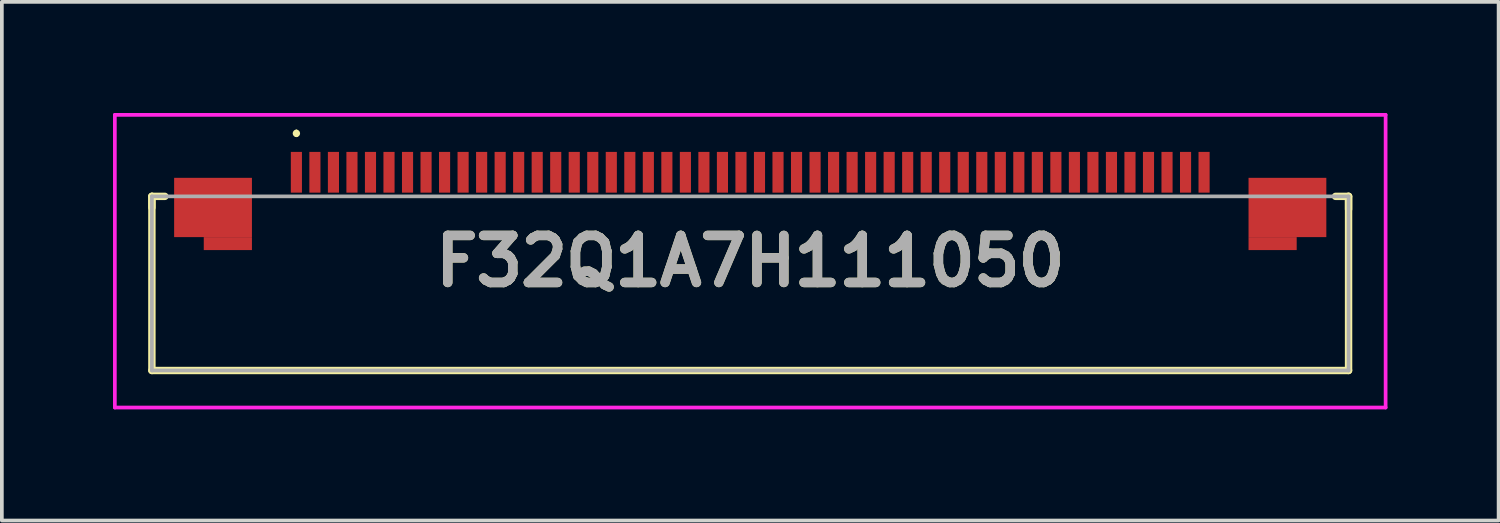
<source format=kicad_pcb>
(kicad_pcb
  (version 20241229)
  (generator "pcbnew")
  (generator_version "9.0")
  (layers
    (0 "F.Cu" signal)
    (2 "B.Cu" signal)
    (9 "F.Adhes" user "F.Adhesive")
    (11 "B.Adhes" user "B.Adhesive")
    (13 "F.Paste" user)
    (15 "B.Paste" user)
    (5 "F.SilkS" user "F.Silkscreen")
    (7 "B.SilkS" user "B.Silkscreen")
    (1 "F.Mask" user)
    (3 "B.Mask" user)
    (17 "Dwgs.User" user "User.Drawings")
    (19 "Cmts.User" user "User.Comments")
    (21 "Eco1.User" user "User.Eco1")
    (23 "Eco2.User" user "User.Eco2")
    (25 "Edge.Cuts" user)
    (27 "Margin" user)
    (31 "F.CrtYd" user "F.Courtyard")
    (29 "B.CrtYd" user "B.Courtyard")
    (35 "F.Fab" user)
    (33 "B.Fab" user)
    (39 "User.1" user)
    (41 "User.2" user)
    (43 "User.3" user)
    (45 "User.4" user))
  (footprint "F32Q1A7H111050"
    (layer "F.Cu")
    (at 17.2 4.6)
    (property "Reference" "F32Q1A7H111050" (at 0 -0.6 0) (layer "F.SilkS") (effects (font (size 1.27 1.27) (thickness 0.254))))
    (attr smd)
    (fp_line (start -16.15 -2.35) (end -16.15 -2.05) (stroke (width 0.2) (type solid)) (layer "F.SilkS"))
    (fp_line (start -16.15 2.35) (end -16.15 -2.35) (stroke (width 0.2) (type solid)) (layer "F.SilkS"))
    (fp_line (start -15.8 -2.35) (end -16.15 -2.35) (stroke (width 0.2) (type solid)) (layer "F.SilkS"))
    (fp_line (start -12.25 -4.1) (end -12.25 -4.1) (stroke (width 0.1) (type solid)) (layer "F.SilkS"))
    (fp_line (start -12.25 -4) (end -12.25 -4) (stroke (width 0.1) (type solid)) (layer "F.SilkS"))
    (fp_line (start 15.8 -2.35) (end 16.15 -2.35) (stroke (width 0.2) (type solid)) (layer "F.SilkS"))
    (fp_line (start 16.15 -2.35) (end 16.15 -2) (stroke (width 0.2) (type solid)) (layer "F.SilkS"))
    (fp_line (start 16.15 -2.35) (end 16.15 2.35) (stroke (width 0.2) (type solid)) (layer "F.SilkS"))
    (fp_line (start 16.15 2.35) (end -16.15 2.35) (stroke (width 0.2) (type solid)) (layer "F.SilkS"))
    (fp_arc (start -12.25 -4.1) (mid -12.2 -4.05) (end -12.25 -4) (stroke (width 0.1) (type solid)) (layer "F.SilkS"))
    (fp_arc (start -12.25 -4) (mid -12.3 -4.05) (end -12.25 -4.1) (stroke (width 0.1) (type solid)) (layer "F.SilkS"))
    (fp_line (start -17.15 -4.55) (end 17.15 -4.55) (stroke (width 0.1) (type solid)) (layer "F.CrtYd"))
    (fp_line (start -17.15 3.35) (end -17.15 -4.55) (stroke (width 0.1) (type solid)) (layer "F.CrtYd"))
    (fp_line (start 17.15 -4.55) (end 17.15 3.35) (stroke (width 0.1) (type solid)) (layer "F.CrtYd"))
    (fp_line (start 17.15 3.35) (end -17.15 3.35) (stroke (width 0.1) (type solid)) (layer "F.CrtYd"))
    (fp_line (start -16.15 -2.35) (end 16.15 -2.35) (stroke (width 0.1) (type solid)) (layer "F.Fab"))
    (fp_line (start -16.15 2.35) (end -16.15 -2.35) (stroke (width 0.1) (type solid)) (layer "F.Fab"))
    (fp_line (start 16.15 -2.35) (end 16.15 2.35) (stroke (width 0.1) (type solid)) (layer "F.Fab"))
    (fp_line (start 16.15 2.35) (end -16.15 2.35) (stroke (width 0.1) (type solid)) (layer "F.Fab"))
    (fp_text user "${REFERENCE}" (at 0 -0.6 0) (layer "F.Fab") (effects (font (size 1.27 1.27) (thickness 0.254))))
    (pad "1" smd rect (at -12.25 -3) (size 0.3 1.1) (layers "F.Cu" "F.Mask" "F.Paste"))
    (pad "2" smd rect (at -11.75 -3) (size 0.3 1.1) (layers "F.Cu" "F.Mask" "F.Paste"))
    (pad "3" smd rect (at -11.25 -3) (size 0.3 1.1) (layers "F.Cu" "F.Mask" "F.Paste"))
    (pad "4" smd rect (at -10.75 -3) (size 0.3 1.1) (layers "F.Cu" "F.Mask" "F.Paste"))
    (pad "5" smd rect (at -10.25 -3) (size 0.3 1.1) (layers "F.Cu" "F.Mask" "F.Paste"))
    (pad "6" smd rect (at -9.75 -3) (size 0.3 1.1) (layers "F.Cu" "F.Mask" "F.Paste"))
    (pad "7" smd rect (at -9.25 -3) (size 0.3 1.1) (layers "F.Cu" "F.Mask" "F.Paste"))
    (pad "8" smd rect (at -8.75 -3) (size 0.3 1.1) (layers "F.Cu" "F.Mask" "F.Paste"))
    (pad "9" smd rect (at -8.25 -3) (size 0.3 1.1) (layers "F.Cu" "F.Mask" "F.Paste"))
    (pad "10" smd rect (at -7.75 -3) (size 0.3 1.1) (layers "F.Cu" "F.Mask" "F.Paste"))
    (pad "11" smd rect (at -7.25 -3) (size 0.3 1.1) (layers "F.Cu" "F.Mask" "F.Paste"))
    (pad "12" smd rect (at -6.75 -3) (size 0.3 1.1) (layers "F.Cu" "F.Mask" "F.Paste"))
    (pad "13" smd rect (at -6.25 -3) (size 0.3 1.1) (layers "F.Cu" "F.Mask" "F.Paste"))
    (pad "14" smd rect (at -5.75 -3) (size 0.3 1.1) (layers "F.Cu" "F.Mask" "F.Paste"))
    (pad "15" smd rect (at -5.25 -3) (size 0.3 1.1) (layers "F.Cu" "F.Mask" "F.Paste"))
    (pad "16" smd rect (at -4.75 -3) (size 0.3 1.1) (layers "F.Cu" "F.Mask" "F.Paste"))
    (pad "17" smd rect (at -4.25 -3) (size 0.3 1.1) (layers "F.Cu" "F.Mask" "F.Paste"))
    (pad "18" smd rect (at -3.75 -3) (size 0.3 1.1) (layers "F.Cu" "F.Mask" "F.Paste"))
    (pad "19" smd rect (at -3.25 -3) (size 0.3 1.1) (layers "F.Cu" "F.Mask" "F.Paste"))
    (pad "20" smd rect (at -2.75 -3) (size 0.3 1.1) (layers "F.Cu" "F.Mask" "F.Paste"))
    (pad "21" smd rect (at -2.25 -3) (size 0.3 1.1) (layers "F.Cu" "F.Mask" "F.Paste"))
    (pad "22" smd rect (at -1.75 -3) (size 0.3 1.1) (layers "F.Cu" "F.Mask" "F.Paste"))
    (pad "23" smd rect (at -1.25 -3) (size 0.3 1.1) (layers "F.Cu" "F.Mask" "F.Paste"))
    (pad "24" smd rect (at -0.75 -3) (size 0.3 1.1) (layers "F.Cu" "F.Mask" "F.Paste"))
    (pad "25" smd rect (at -0.25 -3) (size 0.3 1.1) (layers "F.Cu" "F.Mask" "F.Paste"))
    (pad "26" smd rect (at 0.25 -3) (size 0.3 1.1) (layers "F.Cu" "F.Mask" "F.Paste"))
    (pad "27" smd rect (at 0.75 -3) (size 0.3 1.1) (layers "F.Cu" "F.Mask" "F.Paste"))
    (pad "28" smd rect (at 1.25 -3) (size 0.3 1.1) (layers "F.Cu" "F.Mask" "F.Paste"))
    (pad "29" smd rect (at 1.75 -3) (size 0.3 1.1) (layers "F.Cu" "F.Mask" "F.Paste"))
    (pad "30" smd rect (at 2.25 -3) (size 0.3 1.1) (layers "F.Cu" "F.Mask" "F.Paste"))
    (pad "31" smd rect (at 2.75 -3) (size 0.3 1.1) (layers "F.Cu" "F.Mask" "F.Paste"))
    (pad "32" smd rect (at 3.25 -3) (size 0.3 1.1) (layers "F.Cu" "F.Mask" "F.Paste"))
    (pad "33" smd rect (at 3.75 -3) (size 0.3 1.1) (layers "F.Cu" "F.Mask" "F.Paste"))
    (pad "34" smd rect (at 4.25 -3) (size 0.3 1.1) (layers "F.Cu" "F.Mask" "F.Paste"))
    (pad "35" smd rect (at 4.75 -3) (size 0.3 1.1) (layers "F.Cu" "F.Mask" "F.Paste"))
    (pad "36" smd rect (at 5.25 -3) (size 0.3 1.1) (layers "F.Cu" "F.Mask" "F.Paste"))
    (pad "37" smd rect (at 5.75 -3) (size 0.3 1.1) (layers "F.Cu" "F.Mask" "F.Paste"))
    (pad "38" smd rect (at 6.25 -3) (size 0.3 1.1) (layers "F.Cu" "F.Mask" "F.Paste"))
    (pad "39" smd rect (at 6.75 -3) (size 0.3 1.1) (layers "F.Cu" "F.Mask" "F.Paste"))
    (pad "40" smd rect (at 7.25 -3) (size 0.3 1.1) (layers "F.Cu" "F.Mask" "F.Paste"))
    (pad "41" smd rect (at 7.75 -3) (size 0.3 1.1) (layers "F.Cu" "F.Mask" "F.Paste"))
    (pad "42" smd rect (at 8.25 -3) (size 0.3 1.1) (layers "F.Cu" "F.Mask" "F.Paste"))
    (pad "43" smd rect (at 8.75 -3) (size 0.3 1.1) (layers "F.Cu" "F.Mask" "F.Paste"))
    (pad "44" smd rect (at 9.25 -3) (size 0.3 1.1) (layers "F.Cu" "F.Mask" "F.Paste"))
    (pad "45" smd rect (at 9.75 -3) (size 0.3 1.1) (layers "F.Cu" "F.Mask" "F.Paste"))
    (pad "46" smd rect (at 10.25 -3) (size 0.3 1.1) (layers "F.Cu" "F.Mask" "F.Paste"))
    (pad "47" smd rect (at 10.75 -3) (size 0.3 1.1) (layers "F.Cu" "F.Mask" "F.Paste"))
    (pad "48" smd rect (at 11.25 -3) (size 0.3 1.1) (layers "F.Cu" "F.Mask" "F.Paste"))
    (pad "49" smd rect (at 11.75 -3) (size 0.3 1.1) (layers "F.Cu" "F.Mask" "F.Paste"))
    (pad "50" smd rect (at 12.25 -3) (size 0.3 1.1) (layers "F.Cu" "F.Mask" "F.Paste"))
    (pad "MP1" smd rect (at -14.5 -2.05 90) (size 1.6 2.1) (layers "F.Cu" "F.Mask" "F.Paste"))
    (pad "MP2" smd rect (at 14.5 -2.05 90) (size 1.6 2.1) (layers "F.Cu" "F.Mask" "F.Paste"))
    (pad "MP3" smd rect (at -14.1 -1.075 90) (size 0.35 1.3) (layers "F.Cu" "F.Mask" "F.Paste"))
    (pad "MP4" smd rect (at 14.1 -1.075 90) (size 0.35 1.3) (layers "F.Cu" "F.Mask" "F.Paste")))
  (gr_rect
    (start -3 -3)
    (end 37.4 11)
    (stroke (width 0.1) (type default))
    (fill no)
    (layer "Edge.Cuts")))
</source>
